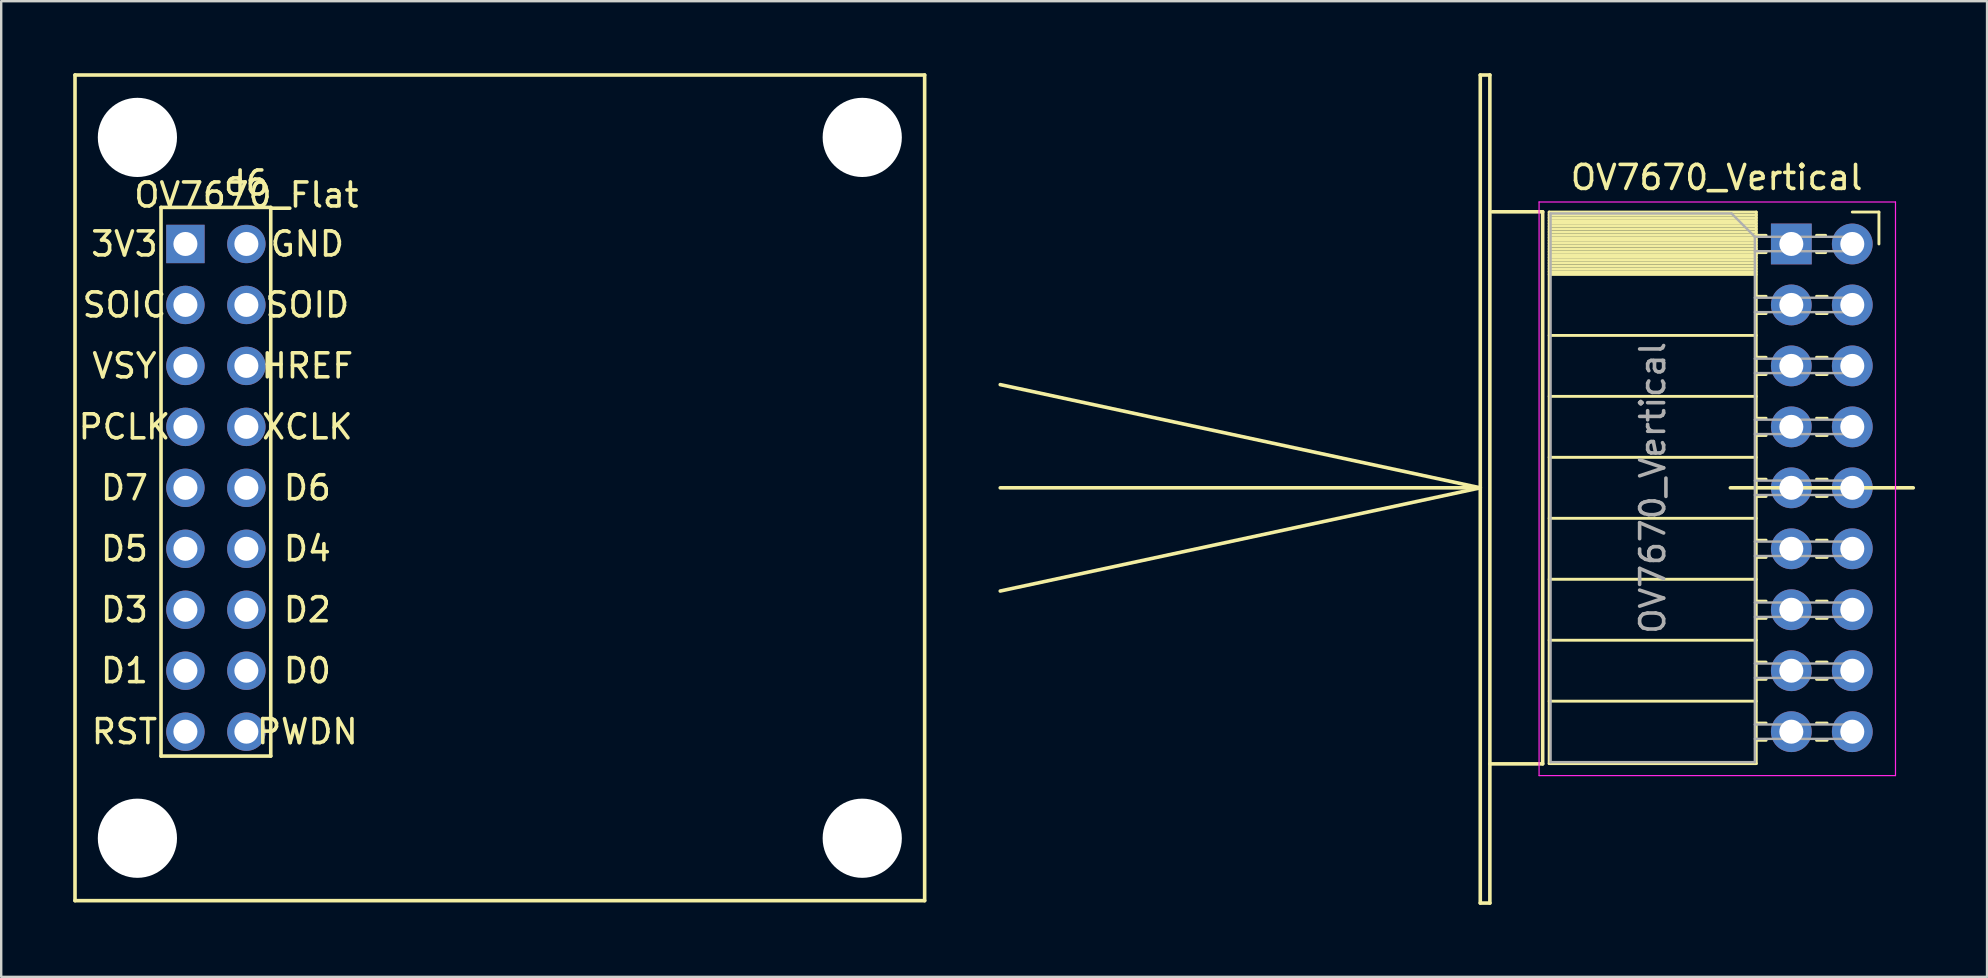
<source format=kicad_pcb>
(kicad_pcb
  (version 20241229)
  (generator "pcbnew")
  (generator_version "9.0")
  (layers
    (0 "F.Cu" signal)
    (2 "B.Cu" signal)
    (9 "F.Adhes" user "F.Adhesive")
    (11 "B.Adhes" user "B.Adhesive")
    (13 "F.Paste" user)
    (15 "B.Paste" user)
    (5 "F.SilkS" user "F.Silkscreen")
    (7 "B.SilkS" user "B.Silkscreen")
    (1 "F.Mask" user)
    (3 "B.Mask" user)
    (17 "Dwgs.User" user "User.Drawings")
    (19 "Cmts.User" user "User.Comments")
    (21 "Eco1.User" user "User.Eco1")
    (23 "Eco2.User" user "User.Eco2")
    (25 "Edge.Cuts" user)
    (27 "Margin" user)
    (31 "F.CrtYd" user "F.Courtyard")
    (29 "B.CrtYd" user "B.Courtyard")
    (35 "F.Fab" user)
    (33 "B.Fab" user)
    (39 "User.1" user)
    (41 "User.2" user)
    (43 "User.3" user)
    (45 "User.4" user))
  (footprint "OV7670_Vertical"
    (layer "F.Cu")
    (at 74.125 7.115)
    (property "Reference" "OV7670_Vertical" (at -5.65 -2.77 0) (layer "F.SilkS") (effects (font (size 1 1) (thickness 0.15))))
    (attr through_hole)
    (fp_line (start -35.5 5.86) (end -15.5 10.16) (stroke (width 0.15) (type solid)) (layer "F.SilkS"))
    (fp_line (start -35.5 14.46) (end -15.5 10.16) (stroke (width 0.15) (type solid)) (layer "F.SilkS"))
    (fp_line (start -15.5 10.16) (end -35.5 10.16) (stroke (width 0.15) (type solid)) (layer "F.SilkS"))
    (fp_line (start -15.5 27.46) (end -15.5 -7.04) (stroke (width 0.15) (type solid)) (layer "F.SilkS"))
    (fp_line (start -15.1 -7.04) (end -15.5 -7.04) (stroke (width 0.15) (type solid)) (layer "F.SilkS"))
    (fp_line (start -15.1 -7.04) (end -15.1 27.46) (stroke (width 0.15) (type solid)) (layer "F.SilkS"))
    (fp_line (start -15.1 27.46) (end -15.5 27.46) (stroke (width 0.15) (type solid)) (layer "F.SilkS"))
    (fp_line (start -12.9 -1.34) (end -15 -1.34) (stroke (width 0.15) (type solid)) (layer "F.SilkS"))
    (fp_line (start -12.9 21.66) (end -15.1 21.66) (stroke (width 0.15) (type solid)) (layer "F.SilkS"))
    (fp_line (start -12.9 21.66) (end -12.9 -1.34) (stroke (width 0.15) (type solid)) (layer "F.SilkS"))
    (fp_line (start -12.63 -1.33) (end -12.63 21.65) (stroke (width 0.12) (type solid)) (layer "F.SilkS"))
    (fp_line (start -12.63 -1.33) (end -4 -1.33) (stroke (width 0.12) (type solid)) (layer "F.SilkS"))
    (fp_line (start -12.63 -1.21) (end -4 -1.21) (stroke (width 0.12) (type solid)) (layer "F.SilkS"))
    (fp_line (start -12.63 -1.092) (end -4 -1.092) (stroke (width 0.12) (type solid)) (layer "F.SilkS"))
    (fp_line (start -12.63 -0.974) (end -4 -0.974) (stroke (width 0.12) (type solid)) (layer "F.SilkS"))
    (fp_line (start -12.63 -0.856) (end -4 -0.856) (stroke (width 0.12) (type solid)) (layer "F.SilkS"))
    (fp_line (start -12.63 -0.738) (end -4 -0.738) (stroke (width 0.12) (type solid)) (layer "F.SilkS"))
    (fp_line (start -12.63 -0.62) (end -4 -0.62) (stroke (width 0.12) (type solid)) (layer "F.SilkS"))
    (fp_line (start -12.63 -0.501) (end -4 -0.501) (stroke (width 0.12) (type solid)) (layer "F.SilkS"))
    (fp_line (start -12.63 -0.383) (end -4 -0.383) (stroke (width 0.12) (type solid)) (layer "F.SilkS"))
    (fp_line (start -12.63 -0.265) (end -4 -0.265) (stroke (width 0.12) (type solid)) (layer "F.SilkS"))
    (fp_line (start -12.63 -0.147) (end -4 -0.147) (stroke (width 0.12) (type solid)) (layer "F.SilkS"))
    (fp_line (start -12.63 -0.029) (end -4 -0.029) (stroke (width 0.12) (type solid)) (layer "F.SilkS"))
    (fp_line (start -12.63 0.089) (end -4 0.089) (stroke (width 0.12) (type solid)) (layer "F.SilkS"))
    (fp_line (start -12.63 0.207) (end -4 0.207) (stroke (width 0.12) (type solid)) (layer "F.SilkS"))
    (fp_line (start -12.63 0.325) (end -4 0.325) (stroke (width 0.12) (type solid)) (layer "F.SilkS"))
    (fp_line (start -12.63 0.443) (end -4 0.443) (stroke (width 0.12) (type solid)) (layer "F.SilkS"))
    (fp_line (start -12.63 0.561) (end -4 0.561) (stroke (width 0.12) (type solid)) (layer "F.SilkS"))
    (fp_line (start -12.63 0.68) (end -4 0.68) (stroke (width 0.12) (type solid)) (layer "F.SilkS"))
    (fp_line (start -12.63 0.798) (end -4 0.798) (stroke (width 0.12) (type solid)) (layer "F.SilkS"))
    (fp_line (start -12.63 0.916) (end -4 0.916) (stroke (width 0.12) (type solid)) (layer "F.SilkS"))
    (fp_line (start -12.63 1.034) (end -4 1.034) (stroke (width 0.12) (type solid)) (layer "F.SilkS"))
    (fp_line (start -12.63 1.152) (end -4 1.152) (stroke (width 0.12) (type solid)) (layer "F.SilkS"))
    (fp_line (start -12.63 1.27) (end -4 1.27) (stroke (width 0.12) (type solid)) (layer "F.SilkS"))
    (fp_line (start -12.63 3.81) (end -4 3.81) (stroke (width 0.12) (type solid)) (layer "F.SilkS"))
    (fp_line (start -12.63 6.35) (end -4 6.35) (stroke (width 0.12) (type solid)) (layer "F.SilkS"))
    (fp_line (start -12.63 8.89) (end -4 8.89) (stroke (width 0.12) (type solid)) (layer "F.SilkS"))
    (fp_line (start -12.63 11.43) (end -4 11.43) (stroke (width 0.12) (type solid)) (layer "F.SilkS"))
    (fp_line (start -12.63 13.97) (end -4 13.97) (stroke (width 0.12) (type solid)) (layer "F.SilkS"))
    (fp_line (start -12.63 16.51) (end -4 16.51) (stroke (width 0.12) (type solid)) (layer "F.SilkS"))
    (fp_line (start -12.63 19.05) (end -4 19.05) (stroke (width 0.12) (type solid)) (layer "F.SilkS"))
    (fp_line (start -12.63 21.65) (end -4 21.65) (stroke (width 0.12) (type solid)) (layer "F.SilkS"))
    (fp_line (start -4 -1.33) (end -4 21.65) (stroke (width 0.12) (type solid)) (layer "F.SilkS"))
    (fp_line (start -4 -0.36) (end -3.59 -0.36) (stroke (width 0.12) (type solid)) (layer "F.SilkS"))
    (fp_line (start -4 0.36) (end -3.59 0.36) (stroke (width 0.12) (type solid)) (layer "F.SilkS"))
    (fp_line (start -4 2.18) (end -3.59 2.18) (stroke (width 0.12) (type solid)) (layer "F.SilkS"))
    (fp_line (start -4 2.9) (end -3.59 2.9) (stroke (width 0.12) (type solid)) (layer "F.SilkS"))
    (fp_line (start -4 4.72) (end -3.59 4.72) (stroke (width 0.12) (type solid)) (layer "F.SilkS"))
    (fp_line (start -4 5.44) (end -3.59 5.44) (stroke (width 0.12) (type solid)) (layer "F.SilkS"))
    (fp_line (start -4 7.26) (end -3.59 7.26) (stroke (width 0.12) (type solid)) (layer "F.SilkS"))
    (fp_line (start -4 7.98) (end -3.59 7.98) (stroke (width 0.12) (type solid)) (layer "F.SilkS"))
    (fp_line (start -4 9.8) (end -3.59 9.8) (stroke (width 0.12) (type solid)) (layer "F.SilkS"))
    (fp_line (start -4 10.52) (end -3.59 10.52) (stroke (width 0.12) (type solid)) (layer "F.SilkS"))
    (fp_line (start -4 12.34) (end -3.59 12.34) (stroke (width 0.12) (type solid)) (layer "F.SilkS"))
    (fp_line (start -4 13.06) (end -3.59 13.06) (stroke (width 0.12) (type solid)) (layer "F.SilkS"))
    (fp_line (start -4 14.88) (end -3.59 14.88) (stroke (width 0.12) (type solid)) (layer "F.SilkS"))
    (fp_line (start -4 15.6) (end -3.59 15.6) (stroke (width 0.12) (type solid)) (layer "F.SilkS"))
    (fp_line (start -4 17.42) (end -3.59 17.42) (stroke (width 0.12) (type solid)) (layer "F.SilkS"))
    (fp_line (start -4 18.14) (end -3.59 18.14) (stroke (width 0.12) (type solid)) (layer "F.SilkS"))
    (fp_line (start -4 19.96) (end -3.59 19.96) (stroke (width 0.12) (type solid)) (layer "F.SilkS"))
    (fp_line (start -4 20.68) (end -3.59 20.68) (stroke (width 0.12) (type solid)) (layer "F.SilkS"))
    (fp_line (start -1.49 -0.36) (end -1.11 -0.36) (stroke (width 0.12) (type solid)) (layer "F.SilkS"))
    (fp_line (start -1.49 0.36) (end -1.11 0.36) (stroke (width 0.12) (type solid)) (layer "F.SilkS"))
    (fp_line (start -1.49 2.18) (end -1.05 2.18) (stroke (width 0.12) (type solid)) (layer "F.SilkS"))
    (fp_line (start -1.49 2.9) (end -1.05 2.9) (stroke (width 0.12) (type solid)) (layer "F.SilkS"))
    (fp_line (start -1.49 4.72) (end -1.05 4.72) (stroke (width 0.12) (type solid)) (layer "F.SilkS"))
    (fp_line (start -1.49 5.44) (end -1.05 5.44) (stroke (width 0.12) (type solid)) (layer "F.SilkS"))
    (fp_line (start -1.49 7.26) (end -1.05 7.26) (stroke (width 0.12) (type solid)) (layer "F.SilkS"))
    (fp_line (start -1.49 7.98) (end -1.05 7.98) (stroke (width 0.12) (type solid)) (layer "F.SilkS"))
    (fp_line (start -1.49 9.8) (end -1.05 9.8) (stroke (width 0.12) (type solid)) (layer "F.SilkS"))
    (fp_line (start -1.49 10.52) (end -1.05 10.52) (stroke (width 0.12) (type solid)) (layer "F.SilkS"))
    (fp_line (start -1.49 12.34) (end -1.05 12.34) (stroke (width 0.12) (type solid)) (layer "F.SilkS"))
    (fp_line (start -1.49 13.06) (end -1.05 13.06) (stroke (width 0.12) (type solid)) (layer "F.SilkS"))
    (fp_line (start -1.49 14.88) (end -1.05 14.88) (stroke (width 0.12) (type solid)) (layer "F.SilkS"))
    (fp_line (start -1.49 15.6) (end -1.05 15.6) (stroke (width 0.12) (type solid)) (layer "F.SilkS"))
    (fp_line (start -1.49 17.42) (end -1.05 17.42) (stroke (width 0.12) (type solid)) (layer "F.SilkS"))
    (fp_line (start -1.49 18.14) (end -1.05 18.14) (stroke (width 0.12) (type solid)) (layer "F.SilkS"))
    (fp_line (start -1.49 19.96) (end -1.05 19.96) (stroke (width 0.12) (type solid)) (layer "F.SilkS"))
    (fp_line (start -1.49 20.68) (end -1.05 20.68) (stroke (width 0.12) (type solid)) (layer "F.SilkS"))
    (fp_line (start 0 -1.33) (end 1.11 -1.33) (stroke (width 0.12) (type solid)) (layer "F.SilkS"))
    (fp_line (start 1.11 -1.33) (end 1.11 0) (stroke (width 0.12) (type solid)) (layer "F.SilkS"))
    (fp_line (start 2.54 10.16) (end -5.08 10.16) (stroke (width 0.15) (type solid)) (layer "F.SilkS"))
    (fp_line (start -13.05 -1.75) (end -13.05 22.15) (stroke (width 0.05) (type solid)) (layer "F.CrtYd"))
    (fp_line (start -13.05 22.15) (end 1.8 22.15) (stroke (width 0.05) (type solid)) (layer "F.CrtYd"))
    (fp_line (start 1.8 -1.75) (end -13.05 -1.75) (stroke (width 0.05) (type solid)) (layer "F.CrtYd"))
    (fp_line (start 1.8 22.15) (end 1.8 -1.75) (stroke (width 0.05) (type solid)) (layer "F.CrtYd"))
    (fp_line (start -12.57 -1.27) (end -5.03 -1.27) (stroke (width 0.1) (type solid)) (layer "F.Fab"))
    (fp_line (start -12.57 21.59) (end -12.57 -1.27) (stroke (width 0.1) (type solid)) (layer "F.Fab"))
    (fp_line (start -5.03 -1.27) (end -4.06 -0.3) (stroke (width 0.1) (type solid)) (layer "F.Fab"))
    (fp_line (start -4.06 -0.3) (end -4.06 21.59) (stroke (width 0.1) (type solid)) (layer "F.Fab"))
    (fp_line (start -4.06 0.3) (end 0 0.3) (stroke (width 0.1) (type solid)) (layer "F.Fab"))
    (fp_line (start -4.06 2.84) (end 0 2.84) (stroke (width 0.1) (type solid)) (layer "F.Fab"))
    (fp_line (start -4.06 5.38) (end 0 5.38) (stroke (width 0.1) (type solid)) (layer "F.Fab"))
    (fp_line (start -4.06 7.92) (end 0 7.92) (stroke (width 0.1) (type solid)) (layer "F.Fab"))
    (fp_line (start -4.06 10.46) (end 0 10.46) (stroke (width 0.1) (type solid)) (layer "F.Fab"))
    (fp_line (start -4.06 13) (end 0 13) (stroke (width 0.1) (type solid)) (layer "F.Fab"))
    (fp_line (start -4.06 15.54) (end 0 15.54) (stroke (width 0.1) (type solid)) (layer "F.Fab"))
    (fp_line (start -4.06 18.08) (end 0 18.08) (stroke (width 0.1) (type solid)) (layer "F.Fab"))
    (fp_line (start -4.06 20.62) (end 0 20.62) (stroke (width 0.1) (type solid)) (layer "F.Fab"))
    (fp_line (start -4.06 21.59) (end -12.57 21.59) (stroke (width 0.1) (type solid)) (layer "F.Fab"))
    (fp_line (start 0 -0.3) (end -4.06 -0.3) (stroke (width 0.1) (type solid)) (layer "F.Fab"))
    (fp_line (start 0 0.3) (end 0 -0.3) (stroke (width 0.1) (type solid)) (layer "F.Fab"))
    (fp_line (start 0 2.24) (end -4.06 2.24) (stroke (width 0.1) (type solid)) (layer "F.Fab"))
    (fp_line (start 0 2.84) (end 0 2.24) (stroke (width 0.1) (type solid)) (layer "F.Fab"))
    (fp_line (start 0 4.78) (end -4.06 4.78) (stroke (width 0.1) (type solid)) (layer "F.Fab"))
    (fp_line (start 0 5.38) (end 0 4.78) (stroke (width 0.1) (type solid)) (layer "F.Fab"))
    (fp_line (start 0 7.32) (end -4.06 7.32) (stroke (width 0.1) (type solid)) (layer "F.Fab"))
    (fp_line (start 0 7.92) (end 0 7.32) (stroke (width 0.1) (type solid)) (layer "F.Fab"))
    (fp_line (start 0 9.86) (end -4.06 9.86) (stroke (width 0.1) (type solid)) (layer "F.Fab"))
    (fp_line (start 0 10.46) (end 0 9.86) (stroke (width 0.1) (type solid)) (layer "F.Fab"))
    (fp_line (start 0 12.4) (end -4.06 12.4) (stroke (width 0.1) (type solid)) (layer "F.Fab"))
    (fp_line (start 0 13) (end 0 12.4) (stroke (width 0.1) (type solid)) (layer "F.Fab"))
    (fp_line (start 0 14.94) (end -4.06 14.94) (stroke (width 0.1) (type solid)) (layer "F.Fab"))
    (fp_line (start 0 15.54) (end 0 14.94) (stroke (width 0.1) (type solid)) (layer "F.Fab"))
    (fp_line (start 0 17.48) (end -4.06 17.48) (stroke (width 0.1) (type solid)) (layer "F.Fab"))
    (fp_line (start 0 18.08) (end 0 17.48) (stroke (width 0.1) (type solid)) (layer "F.Fab"))
    (fp_line (start 0 20.02) (end -4.06 20.02) (stroke (width 0.1) (type solid)) (layer "F.Fab"))
    (fp_line (start 0 20.62) (end 0 20.02) (stroke (width 0.1) (type solid)) (layer "F.Fab"))
    (fp_text user "${REFERENCE}" (at -8.315 10.16 90) (layer "F.Fab") (effects (font (size 1 1) (thickness 0.15))))
    (pad "1" thru_hole rect (at -2.54 0) (size 1.7 1.7) (drill 1) (layers "*.Cu" "*.Mask"))
    (pad "2" thru_hole oval (at 0 0) (size 1.7 1.7) (drill 1) (layers "*.Cu" "*.Mask"))
    (pad "3" thru_hole oval (at -2.54 2.54) (size 1.7 1.7) (drill 1) (layers "*.Cu" "*.Mask"))
    (pad "4" thru_hole oval (at 0 2.54) (size 1.7 1.7) (drill 1) (layers "*.Cu" "*.Mask"))
    (pad "5" thru_hole oval (at -2.54 5.08) (size 1.7 1.7) (drill 1) (layers "*.Cu" "*.Mask"))
    (pad "6" thru_hole oval (at 0 5.08) (size 1.7 1.7) (drill 1) (layers "*.Cu" "*.Mask"))
    (pad "7" thru_hole oval (at -2.54 7.62) (size 1.7 1.7) (drill 1) (layers "*.Cu" "*.Mask"))
    (pad "8" thru_hole oval (at 0 7.62) (size 1.7 1.7) (drill 1) (layers "*.Cu" "*.Mask"))
    (pad "9" thru_hole oval (at -2.54 10.16) (size 1.7 1.7) (drill 1) (layers "*.Cu" "*.Mask"))
    (pad "10" thru_hole oval (at 0 10.16) (size 1.7 1.7) (drill 1) (layers "*.Cu" "*.Mask"))
    (pad "11" thru_hole oval (at -2.54 12.7) (size 1.7 1.7) (drill 1) (layers "*.Cu" "*.Mask"))
    (pad "12" thru_hole oval (at 0 12.7) (size 1.7 1.7) (drill 1) (layers "*.Cu" "*.Mask"))
    (pad "13" thru_hole oval (at -2.54 15.24) (size 1.7 1.7) (drill 1) (layers "*.Cu" "*.Mask"))
    (pad "14" thru_hole oval (at 0 15.24) (size 1.7 1.7) (drill 1) (layers "*.Cu" "*.Mask"))
    (pad "15" thru_hole oval (at -2.54 17.78) (size 1.7 1.7) (drill 1) (layers "*.Cu" "*.Mask"))
    (pad "16" thru_hole oval (at 0 17.78) (size 1.7 1.7) (drill 1) (layers "*.Cu" "*.Mask"))
    (pad "17" thru_hole oval (at -2.54 20.32) (size 1.7 1.7) (drill 1) (layers "*.Cu" "*.Mask"))
    (pad "18" thru_hole oval (at 0 20.32) (size 1.7 1.7) (drill 1) (layers "*.Cu" "*.Mask")))
  (footprint "OV7670_Flat"
    (layer "F.Cu")
    (at 4.675 17.275)
    (property "Reference" "OV7670_Flat" (at 2.54 -12.2 0) (layer "F.SilkS") (effects (font (size 1 1) (thickness 0.15))))
    (attr through_hole)
    (fp_line (start -4.6 -17.2) (end -4.6 17.2) (stroke (width 0.15) (type solid)) (layer "F.SilkS"))
    (fp_line (start -4.6 -17.2) (end 30.8 -17.2) (stroke (width 0.15) (type solid)) (layer "F.SilkS"))
    (fp_line (start -4.6 17.2) (end 30.8 17.2) (stroke (width 0.15) (type solid)) (layer "F.SilkS"))
    (fp_line (start -1.016 -11.684) (end 3.556 -11.684) (stroke (width 0.15) (type solid)) (layer "F.SilkS"))
    (fp_line (start -1.016 11.176) (end -1.016 -11.684) (stroke (width 0.15) (type solid)) (layer "F.SilkS"))
    (fp_line (start 3.556 -11.684) (end 3.556 11.176) (stroke (width 0.15) (type solid)) (layer "F.SilkS"))
    (fp_line (start 3.556 11.176) (end -1.016 11.176) (stroke (width 0.15) (type solid)) (layer "F.SilkS"))
    (fp_line (start 30.8 17.2) (end 30.8 -17.2) (stroke (width 0.15) (type solid)) (layer "F.SilkS"))
    (fp_text user "D7" (at -2.54 0 0) (layer "F.SilkS") (effects (font (size 1 1) (thickness 0.15))))
    (fp_text user "D2" (at 5.08 5.08 0) (layer "F.SilkS") (effects (font (size 1 1) (thickness 0.15))))
    (fp_text user "HREF" (at 5.08 -5.08 0) (layer "F.SilkS") (effects (font (size 1 1) (thickness 0.15))))
    (fp_text user "d6" (at 2.54 -12.7 0) (layer "F.SilkS") (effects (font (size 1 1) (thickness 0.15))))
    (fp_text user "D6" (at 5.08 0 0) (layer "F.SilkS") (effects (font (size 1 1) (thickness 0.15))))
    (fp_text user "VSY" (at -2.54 -5.08 0) (layer "F.SilkS") (effects (font (size 1 1) (thickness 0.15))))
    (fp_text user "D5" (at -2.54 2.54 0) (layer "F.SilkS") (effects (font (size 1 1) (thickness 0.15))))
    (fp_text user "XCLK" (at 5.08 -2.54 0) (layer "F.SilkS") (effects (font (size 1 1) (thickness 0.15))))
    (fp_text user "D0" (at 5.08 7.62 0) (layer "F.SilkS") (effects (font (size 1 1) (thickness 0.15))))
    (fp_text user "RST" (at -2.54 10.16 0) (layer "F.SilkS") (effects (font (size 1 1) (thickness 0.15))))
    (fp_text user "GND" (at 5.08 -10.16 0) (layer "F.SilkS") (effects (font (size 1 1) (thickness 0.15))))
    (fp_text user "SOID" (at 5.08 -7.62 0) (layer "F.SilkS") (effects (font (size 1 1) (thickness 0.15))))
    (fp_text user "SOIC" (at -2.54 -7.62 0) (layer "F.SilkS") (effects (font (size 1 1) (thickness 0.15))))
    (fp_text user "D4" (at 5.08 2.54 0) (layer "F.SilkS") (effects (font (size 1 1) (thickness 0.15))))
    (fp_text user "D1" (at -2.54 7.62 0) (layer "F.SilkS") (effects (font (size 1 1) (thickness 0.15))))
    (fp_text user "D3" (at -2.54 5.08 0) (layer "F.SilkS") (effects (font (size 1 1) (thickness 0.15))))
    (fp_text user "PCLK" (at -2.54 -2.54 0) (layer "F.SilkS") (effects (font (size 1 1) (thickness 0.15))))
    (fp_text user "PWDN" (at 5.08 10.16 0) (layer "F.SilkS") (effects (font (size 1 1) (thickness 0.15))))
    (fp_text user "3V3" (at -2.54 -10.16 0) (layer "F.SilkS") (effects (font (size 1 1) (thickness 0.15))))
    (pad "" np_thru_hole circle (at -2 -14.6) (size 3.3 3.3) (drill 3.3) (layers "*.Cu" "*.Mask"))
    (pad "" np_thru_hole circle (at -2 14.6) (size 3.3 3.3) (drill 3.3) (layers "*.Cu" "*.Mask"))
    (pad "" np_thru_hole circle (at 28.2 -14.6) (size 3.3 3.3) (drill 3.3) (layers "*.Cu" "*.Mask"))
    (pad "" np_thru_hole circle (at 28.2 14.6) (size 3.3 3.3) (drill 3.3) (layers "*.Cu" "*.Mask"))
    (pad "1" thru_hole rect (at 0 -10.16) (size 1.6 1.6) (drill 1) (layers "*.Cu" "*.Mask"))
    (pad "2" thru_hole circle (at 2.54 -10.16) (size 1.6 1.6) (drill 1) (layers "*.Cu" "*.Mask"))
    (pad "3" thru_hole circle (at 0 -7.62) (size 1.6 1.6) (drill 1) (layers "*.Cu" "*.Mask"))
    (pad "4" thru_hole circle (at 2.54 -7.62) (size 1.6 1.6) (drill 1) (layers "*.Cu" "*.Mask"))
    (pad "5" thru_hole circle (at 0 -5.08) (size 1.6 1.6) (drill 1) (layers "*.Cu" "*.Mask"))
    (pad "6" thru_hole circle (at 2.54 -5.08) (size 1.6 1.6) (drill 1) (layers "*.Cu" "*.Mask"))
    (pad "7" thru_hole circle (at 0 -2.54) (size 1.6 1.6) (drill 1) (layers "*.Cu" "*.Mask"))
    (pad "8" thru_hole circle (at 2.54 -2.54) (size 1.6 1.6) (drill 1) (layers "*.Cu" "*.Mask"))
    (pad "9" thru_hole circle (at 0 0) (size 1.6 1.6) (drill 1) (layers "*.Cu" "*.Mask"))
    (pad "10" thru_hole circle (at 2.54 0) (size 1.6 1.6) (drill 1) (layers "*.Cu" "*.Mask"))
    (pad "11" thru_hole circle (at 0 2.54) (size 1.6 1.6) (drill 1) (layers "*.Cu" "*.Mask"))
    (pad "12" thru_hole circle (at 2.54 2.54) (size 1.6 1.6) (drill 1) (layers "*.Cu" "*.Mask"))
    (pad "13" thru_hole circle (at 0 5.08) (size 1.6 1.6) (drill 1) (layers "*.Cu" "*.Mask"))
    (pad "14" thru_hole circle (at 2.54 5.08) (size 1.6 1.6) (drill 1) (layers "*.Cu" "*.Mask"))
    (pad "15" thru_hole circle (at 0 7.62) (size 1.6 1.6) (drill 1) (layers "*.Cu" "*.Mask"))
    (pad "16" thru_hole circle (at 2.54 7.62) (size 1.6 1.6) (drill 1) (layers "*.Cu" "*.Mask"))
    (pad "17" thru_hole circle (at 0 10.16) (size 1.6 1.6) (drill 1) (layers "*.Cu" "*.Mask"))
    (pad "18" thru_hole circle (at 2.54 10.16) (size 1.6 1.6) (drill 1) (layers "*.Cu" "*.Mask")))
  (gr_rect
    (start -3 -3)
    (end 79.74 37.65)
    (stroke (width 0.1) (type default))
    (fill no)
    (layer "Edge.Cuts")))
</source>
